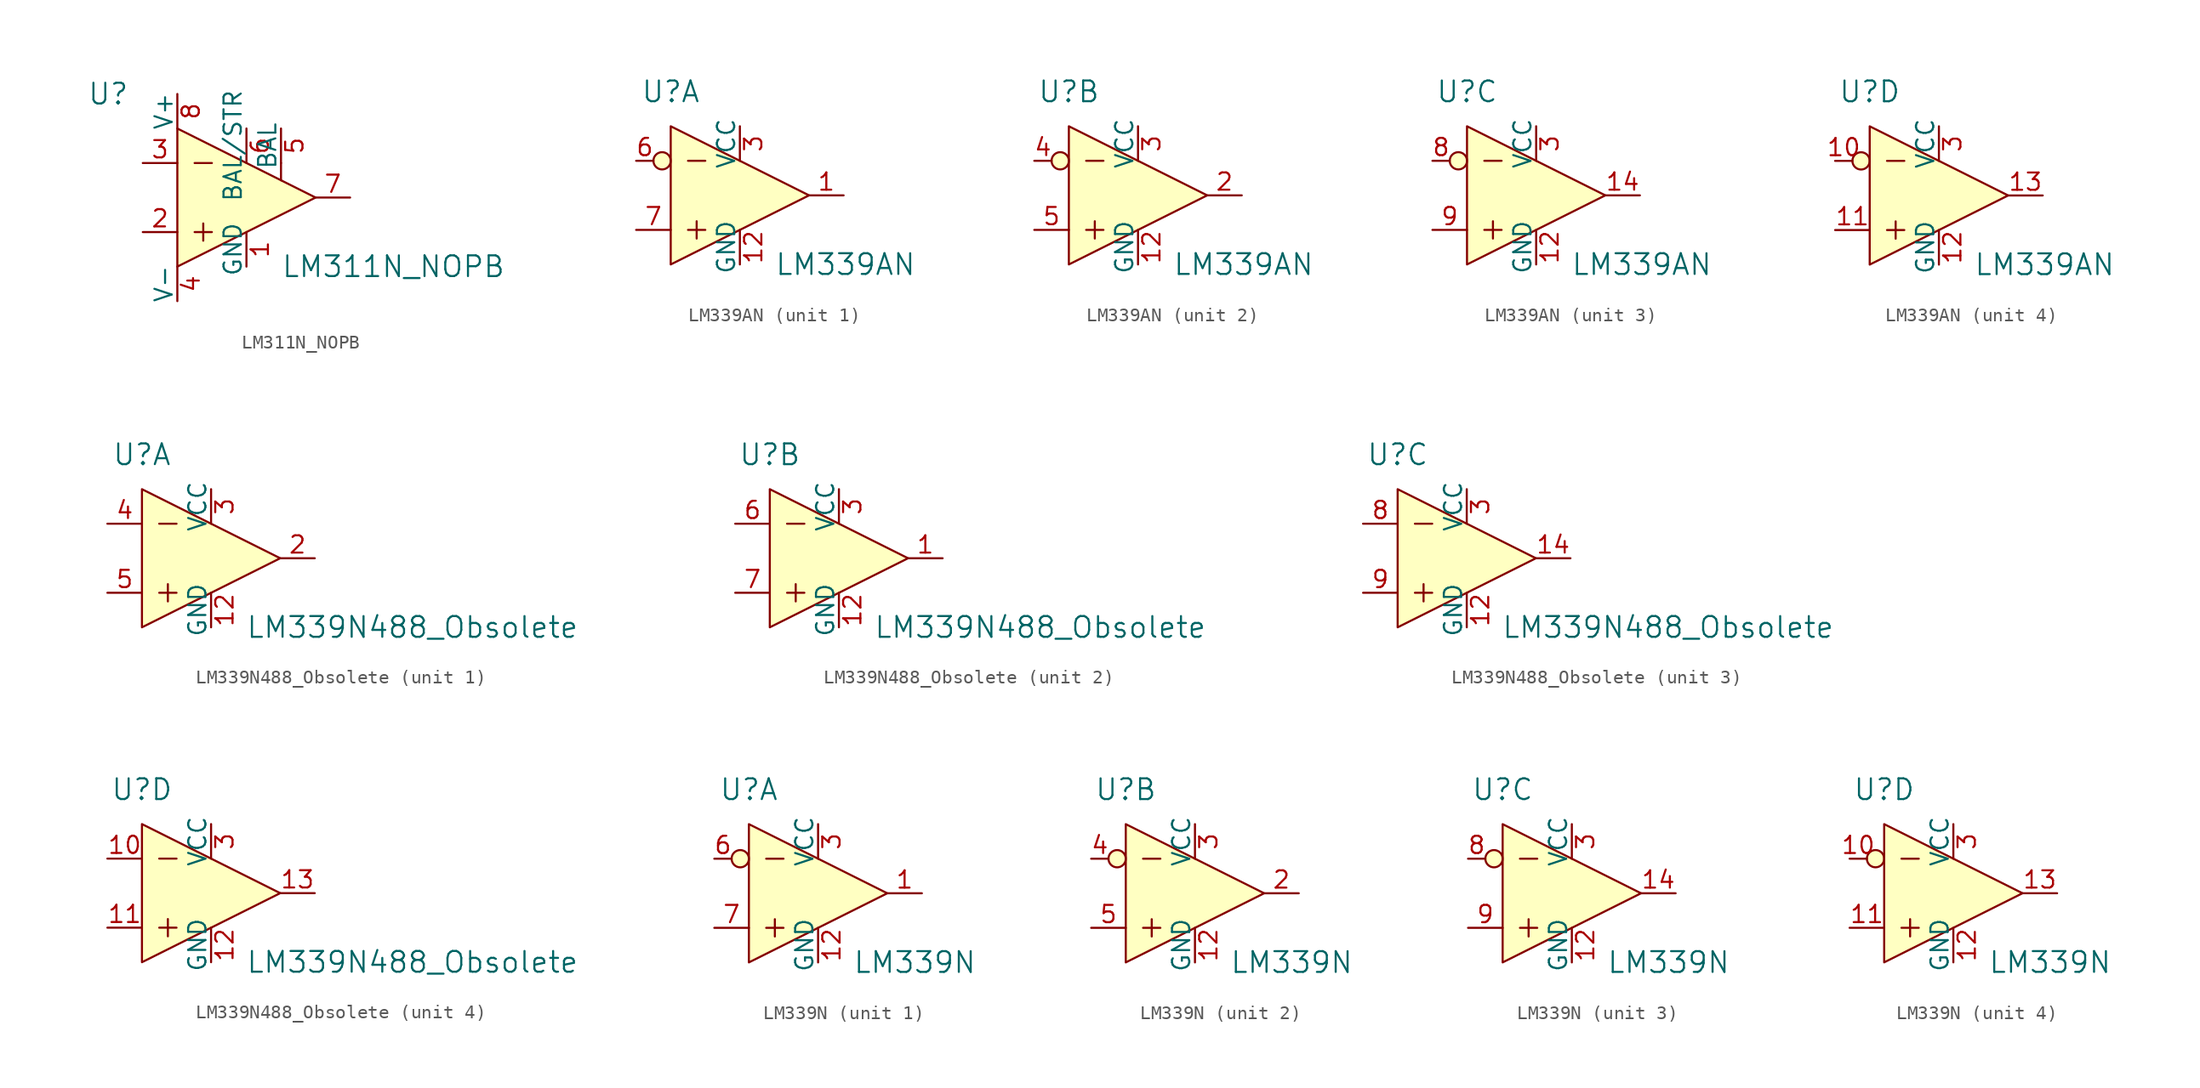
<source format=kicad_sym>
(kicad_symbol_lib
  (version 20231120)
  (generator "kicad_symbol_editor")
  (generator_version "8.0")
  (symbol "LM311N_NOPB"
    (pin_names
      (offset 0))
    (property "Reference" "U"
      (at -10.16 7.62 0)
      (effects (font (size 1.524 1.524))))
    (property "Value" "LM311N_NOPB"
      (at 2.54 -5.08 0)
      (effects (font (size 1.524 1.524)) (justify left)))
    (symbol "LM311N_NOPB_0_1"
      (polyline (pts (xy -3.81 -2.54) (xy -2.54 -2.54)) (stroke (width 0) (type solid)) (fill (type none)))
      (polyline (pts (xy -3.81 2.54) (xy -2.54 2.54)) (stroke (width 0) (type solid)) (fill (type none)))
      (polyline (pts (xy -3.175 -1.905) (xy -3.175 -3.175)) (stroke (width 0) (type solid)) (fill (type none)))
      (polyline (pts (xy 2.54 2.54) (xy 2.54 1.27)) (stroke (width 0) (type solid)) (fill (type none)))
      (polyline (pts (xy -5.08 5.08) (xy -5.08 -5.08) (xy 5.08 0) (xy -5.08 5.08)) (stroke (width 0) (type solid)) (fill (type background))))
    (symbol "LM311N_NOPB_1_1"
      (pin power_in line (at 0 -5.08 90) (length 2.54) (name "GND" (effects (font (size 1.27 1.27)))) (number "1" (effects (font (size 1.27 1.27)))))
      (pin input line (at -7.62 -2.54 0) (length 2.54) (name "~" (effects (font (size 1.27 1.27)))) (number "2" (effects (font (size 1.27 1.27)))))
      (pin input line (at -7.62 2.54 0) (length 2.54) (name "~" (effects (font (size 1.27 1.27)))) (number "3" (effects (font (size 1.27 1.27)))))
      (pin power_in line (at -5.08 -7.62 90) (length 2.54) (name "V-" (effects (font (size 1.27 1.27)))) (number "4" (effects (font (size 1.27 1.27)))))
      (pin passive line (at 2.54 5.08 270) (length 2.54) (name "BAL" (effects (font (size 1.27 1.27)))) (number "5" (effects (font (size 1.27 1.27)))))
      (pin passive line (at 0 5.08 270) (length 2.54) (name "BAL/STR" (effects (font (size 1.27 1.27)))) (number "6" (effects (font (size 1.27 1.27)))))
      (pin output line (at 7.62 0 180) (length 2.54) (name "~" (effects (font (size 1.27 1.27)))) (number "7" (effects (font (size 1.27 1.27)))))
      (pin power_in line (at -5.08 7.62 270) (length 2.54) (name "V+" (effects (font (size 1.27 1.27)))) (number "8" (effects (font (size 1.27 1.27)))))))
  (symbol "LM339AN"
    (pin_names
      (offset 0))
    (property "Reference" "U"
      (at -5.08 7.62 0)
      (effects (font (size 1.524 1.524))))
    (property "Value" "LM339AN"
      (at 2.54 -5.08 0)
      (effects (font (size 1.524 1.524)) (justify left)))
    (property "ki_locked" ""
      (at 0 0 0)
      (effects (font (size 1.27 1.27))))
    (symbol "LM339AN_0_1"
      (circle (center -5.715 2.54) (radius 0.635) (stroke (width 0) (type solid)) (fill (type background)))
      (polyline (pts (xy -3.81 -2.54) (xy -2.54 -2.54)) (stroke (width 0) (type solid)) (fill (type none)))
      (polyline (pts (xy -3.81 2.54) (xy -2.54 2.54)) (stroke (width 0) (type solid)) (fill (type none)))
      (polyline (pts (xy -3.175 -1.905) (xy -3.175 -3.175)) (stroke (width 0) (type solid)) (fill (type none)))
      (polyline (pts (xy -5.08 5.08) (xy -5.08 -5.08) (xy 5.08 0) (xy -5.08 5.08)) (stroke (width 0) (type solid)) (fill (type background))))
    (symbol "LM339AN_1_1"
      (pin output line (at 7.62 0 180) (length 2.54) (name "~" (effects (font (size 1.27 1.27)))) (number "1" (effects (font (size 1.27 1.27)))))
      (pin power_in line (at 0 -5.08 90) (length 2.54) (name "GND" (effects (font (size 1.27 1.27)))) (number "12" (effects (font (size 1.27 1.27)))))
      (pin power_in line (at 0 5.08 270) (length 2.54) (name "VCC" (effects (font (size 1.27 1.27)))) (number "3" (effects (font (size 1.27 1.27)))))
      (pin input line (at -7.62 2.54 0) (length 1.27) (name "~" (effects (font (size 1.27 1.27)))) (number "6" (effects (font (size 1.27 1.27)))))
      (pin input line (at -7.62 -2.54 0) (length 2.54) (name "~" (effects (font (size 1.27 1.27)))) (number "7" (effects (font (size 1.27 1.27))))))
    (symbol "LM339AN_2_1"
      (pin power_in line (at 0 -5.08 90) (length 2.54) (name "GND" (effects (font (size 1.27 1.27)))) (number "12" (effects (font (size 1.27 1.27)))))
      (pin output line (at 7.62 0 180) (length 2.54) (name "~" (effects (font (size 1.27 1.27)))) (number "2" (effects (font (size 1.27 1.27)))))
      (pin power_in line (at 0 5.08 270) (length 2.54) (name "VCC" (effects (font (size 1.27 1.27)))) (number "3" (effects (font (size 1.27 1.27)))))
      (pin input line (at -7.62 2.54 0) (length 1.27) (name "~" (effects (font (size 1.27 1.27)))) (number "4" (effects (font (size 1.27 1.27)))))
      (pin input line (at -7.62 -2.54 0) (length 2.54) (name "~" (effects (font (size 1.27 1.27)))) (number "5" (effects (font (size 1.27 1.27))))))
    (symbol "LM339AN_3_1"
      (pin power_in line (at 0 -5.08 90) (length 2.54) (name "GND" (effects (font (size 1.27 1.27)))) (number "12" (effects (font (size 1.27 1.27)))))
      (pin output line (at 7.62 0 180) (length 2.54) (name "~" (effects (font (size 1.27 1.27)))) (number "14" (effects (font (size 1.27 1.27)))))
      (pin power_in line (at 0 5.08 270) (length 2.54) (name "VCC" (effects (font (size 1.27 1.27)))) (number "3" (effects (font (size 1.27 1.27)))))
      (pin input line (at -7.62 2.54 0) (length 1.27) (name "~" (effects (font (size 1.27 1.27)))) (number "8" (effects (font (size 1.27 1.27)))))
      (pin input line (at -7.62 -2.54 0) (length 2.54) (name "~" (effects (font (size 1.27 1.27)))) (number "9" (effects (font (size 1.27 1.27))))))
    (symbol "LM339AN_4_1"
      (pin input line (at -7.62 2.54 0) (length 1.27) (name "~" (effects (font (size 1.27 1.27)))) (number "10" (effects (font (size 1.27 1.27)))))
      (pin input line (at -7.62 -2.54 0) (length 2.54) (name "~" (effects (font (size 1.27 1.27)))) (number "11" (effects (font (size 1.27 1.27)))))
      (pin power_in line (at 0 -5.08 90) (length 2.54) (name "GND" (effects (font (size 1.27 1.27)))) (number "12" (effects (font (size 1.27 1.27)))))
      (pin output line (at 7.62 0 180) (length 2.54) (name "~" (effects (font (size 1.27 1.27)))) (number "13" (effects (font (size 1.27 1.27)))))
      (pin power_in line (at 0 5.08 270) (length 2.54) (name "VCC" (effects (font (size 1.27 1.27)))) (number "3" (effects (font (size 1.27 1.27)))))))
  (symbol "LM339N488_Obsolete"
    (pin_names
      (offset 0))
    (property "Reference" "U"
      (at -5.08 7.62 0)
      (effects (font (size 1.524 1.524))))
    (property "Value" "LM339N488_Obsolete"
      (at 2.54 -5.08 0)
      (effects (font (size 1.524 1.524)) (justify left)))
    (property "ki_locked" ""
      (at 0 0 0)
      (effects (font (size 1.27 1.27))))
    (symbol "LM339N488_Obsolete_0_1"
      (polyline (pts (xy -3.81 -2.54) (xy -2.54 -2.54)) (stroke (width 0) (type solid)) (fill (type none)))
      (polyline (pts (xy -3.81 2.54) (xy -2.54 2.54)) (stroke (width 0) (type solid)) (fill (type none)))
      (polyline (pts (xy -3.175 -1.905) (xy -3.175 -3.175)) (stroke (width 0) (type solid)) (fill (type none)))
      (polyline (pts (xy -5.08 5.08) (xy -5.08 -5.08) (xy 5.08 0) (xy -5.08 5.08)) (stroke (width 0) (type solid)) (fill (type background))))
    (symbol "LM339N488_Obsolete_1_1"
      (pin power_in line (at 0 -5.08 90) (length 2.54) (name "GND" (effects (font (size 1.27 1.27)))) (number "12" (effects (font (size 1.27 1.27)))))
      (pin output line (at 7.62 0 180) (length 2.54) (name "~" (effects (font (size 1.27 1.27)))) (number "2" (effects (font (size 1.27 1.27)))))
      (pin power_in line (at 0 5.08 270) (length 2.54) (name "VCC" (effects (font (size 1.27 1.27)))) (number "3" (effects (font (size 1.27 1.27)))))
      (pin input line (at -7.62 2.54 0) (length 2.54) (name "~" (effects (font (size 1.27 1.27)))) (number "4" (effects (font (size 1.27 1.27)))))
      (pin input line (at -7.62 -2.54 0) (length 2.54) (name "~" (effects (font (size 1.27 1.27)))) (number "5" (effects (font (size 1.27 1.27))))))
    (symbol "LM339N488_Obsolete_2_1"
      (pin output line (at 7.62 0 180) (length 2.54) (name "~" (effects (font (size 1.27 1.27)))) (number "1" (effects (font (size 1.27 1.27)))))
      (pin power_in line (at 0 -5.08 90) (length 2.54) (name "GND" (effects (font (size 1.27 1.27)))) (number "12" (effects (font (size 1.27 1.27)))))
      (pin power_in line (at 0 5.08 270) (length 2.54) (name "VCC" (effects (font (size 1.27 1.27)))) (number "3" (effects (font (size 1.27 1.27)))))
      (pin input line (at -7.62 2.54 0) (length 2.54) (name "~" (effects (font (size 1.27 1.27)))) (number "6" (effects (font (size 1.27 1.27)))))
      (pin input line (at -7.62 -2.54 0) (length 2.54) (name "~" (effects (font (size 1.27 1.27)))) (number "7" (effects (font (size 1.27 1.27))))))
    (symbol "LM339N488_Obsolete_3_1"
      (pin power_in line (at 0 -5.08 90) (length 2.54) (name "GND" (effects (font (size 1.27 1.27)))) (number "12" (effects (font (size 1.27 1.27)))))
      (pin output line (at 7.62 0 180) (length 2.54) (name "~" (effects (font (size 1.27 1.27)))) (number "14" (effects (font (size 1.27 1.27)))))
      (pin power_in line (at 0 5.08 270) (length 2.54) (name "VCC" (effects (font (size 1.27 1.27)))) (number "3" (effects (font (size 1.27 1.27)))))
      (pin input line (at -7.62 2.54 0) (length 2.54) (name "~" (effects (font (size 1.27 1.27)))) (number "8" (effects (font (size 1.27 1.27)))))
      (pin input line (at -7.62 -2.54 0) (length 2.54) (name "~" (effects (font (size 1.27 1.27)))) (number "9" (effects (font (size 1.27 1.27))))))
    (symbol "LM339N488_Obsolete_4_1"
      (pin input line (at -7.62 2.54 0) (length 2.54) (name "~" (effects (font (size 1.27 1.27)))) (number "10" (effects (font (size 1.27 1.27)))))
      (pin input line (at -7.62 -2.54 0) (length 2.54) (name "~" (effects (font (size 1.27 1.27)))) (number "11" (effects (font (size 1.27 1.27)))))
      (pin power_in line (at 0 -5.08 90) (length 2.54) (name "GND" (effects (font (size 1.27 1.27)))) (number "12" (effects (font (size 1.27 1.27)))))
      (pin output line (at 7.62 0 180) (length 2.54) (name "~" (effects (font (size 1.27 1.27)))) (number "13" (effects (font (size 1.27 1.27)))))
      (pin power_in line (at 0 5.08 270) (length 2.54) (name "VCC" (effects (font (size 1.27 1.27)))) (number "3" (effects (font (size 1.27 1.27)))))))
  (symbol "LM339N"
    (pin_names
      (offset 0))
    (property "Reference" "U"
      (at -5.08 7.62 0)
      (effects (font (size 1.524 1.524))))
    (property "Value" "LM339N"
      (at 2.54 -5.08 0)
      (effects (font (size 1.524 1.524)) (justify left)))
    (property "ki_locked" ""
      (at 0 0 0)
      (effects (font (size 1.27 1.27))))
    (symbol "LM339N_0_1"
      (circle (center -5.715 2.54) (radius 0.635) (stroke (width 0) (type solid)) (fill (type background)))
      (polyline (pts (xy -3.81 -2.54) (xy -2.54 -2.54)) (stroke (width 0) (type solid)) (fill (type none)))
      (polyline (pts (xy -3.81 2.54) (xy -2.54 2.54)) (stroke (width 0) (type solid)) (fill (type none)))
      (polyline (pts (xy -3.175 -1.905) (xy -3.175 -3.175)) (stroke (width 0) (type solid)) (fill (type none)))
      (polyline (pts (xy -5.08 5.08) (xy -5.08 -5.08) (xy 5.08 0) (xy -5.08 5.08)) (stroke (width 0) (type solid)) (fill (type background))))
    (symbol "LM339N_1_1"
      (pin output line (at 7.62 0 180) (length 2.54) (name "~" (effects (font (size 1.27 1.27)))) (number "1" (effects (font (size 1.27 1.27)))))
      (pin power_in line (at 0 -5.08 90) (length 2.54) (name "GND" (effects (font (size 1.27 1.27)))) (number "12" (effects (font (size 1.27 1.27)))))
      (pin power_in line (at 0 5.08 270) (length 2.54) (name "VCC" (effects (font (size 1.27 1.27)))) (number "3" (effects (font (size 1.27 1.27)))))
      (pin input line (at -7.62 2.54 0) (length 1.27) (name "~" (effects (font (size 1.27 1.27)))) (number "6" (effects (font (size 1.27 1.27)))))
      (pin input line (at -7.62 -2.54 0) (length 2.54) (name "~" (effects (font (size 1.27 1.27)))) (number "7" (effects (font (size 1.27 1.27))))))
    (symbol "LM339N_2_1"
      (pin power_in line (at 0 -5.08 90) (length 2.54) (name "GND" (effects (font (size 1.27 1.27)))) (number "12" (effects (font (size 1.27 1.27)))))
      (pin output line (at 7.62 0 180) (length 2.54) (name "~" (effects (font (size 1.27 1.27)))) (number "2" (effects (font (size 1.27 1.27)))))
      (pin power_in line (at 0 5.08 270) (length 2.54) (name "VCC" (effects (font (size 1.27 1.27)))) (number "3" (effects (font (size 1.27 1.27)))))
      (pin input line (at -7.62 2.54 0) (length 1.27) (name "~" (effects (font (size 1.27 1.27)))) (number "4" (effects (font (size 1.27 1.27)))))
      (pin input line (at -7.62 -2.54 0) (length 2.54) (name "~" (effects (font (size 1.27 1.27)))) (number "5" (effects (font (size 1.27 1.27))))))
    (symbol "LM339N_3_1"
      (pin power_in line (at 0 -5.08 90) (length 2.54) (name "GND" (effects (font (size 1.27 1.27)))) (number "12" (effects (font (size 1.27 1.27)))))
      (pin output line (at 7.62 0 180) (length 2.54) (name "~" (effects (font (size 1.27 1.27)))) (number "14" (effects (font (size 1.27 1.27)))))
      (pin power_in line (at 0 5.08 270) (length 2.54) (name "VCC" (effects (font (size 1.27 1.27)))) (number "3" (effects (font (size 1.27 1.27)))))
      (pin input line (at -7.62 2.54 0) (length 1.27) (name "~" (effects (font (size 1.27 1.27)))) (number "8" (effects (font (size 1.27 1.27)))))
      (pin input line (at -7.62 -2.54 0) (length 2.54) (name "~" (effects (font (size 1.27 1.27)))) (number "9" (effects (font (size 1.27 1.27))))))
    (symbol "LM339N_4_1"
      (pin input line (at -7.62 2.54 0) (length 1.27) (name "~" (effects (font (size 1.27 1.27)))) (number "10" (effects (font (size 1.27 1.27)))))
      (pin input line (at -7.62 -2.54 0) (length 2.54) (name "~" (effects (font (size 1.27 1.27)))) (number "11" (effects (font (size 1.27 1.27)))))
      (pin power_in line (at 0 -5.08 90) (length 2.54) (name "GND" (effects (font (size 1.27 1.27)))) (number "12" (effects (font (size 1.27 1.27)))))
      (pin output line (at 7.62 0 180) (length 2.54) (name "~" (effects (font (size 1.27 1.27)))) (number "13" (effects (font (size 1.27 1.27)))))
      (pin power_in line (at 0 5.08 270) (length 2.54) (name "VCC" (effects (font (size 1.27 1.27)))) (number "3" (effects (font (size 1.27 1.27))))))))
</source>
